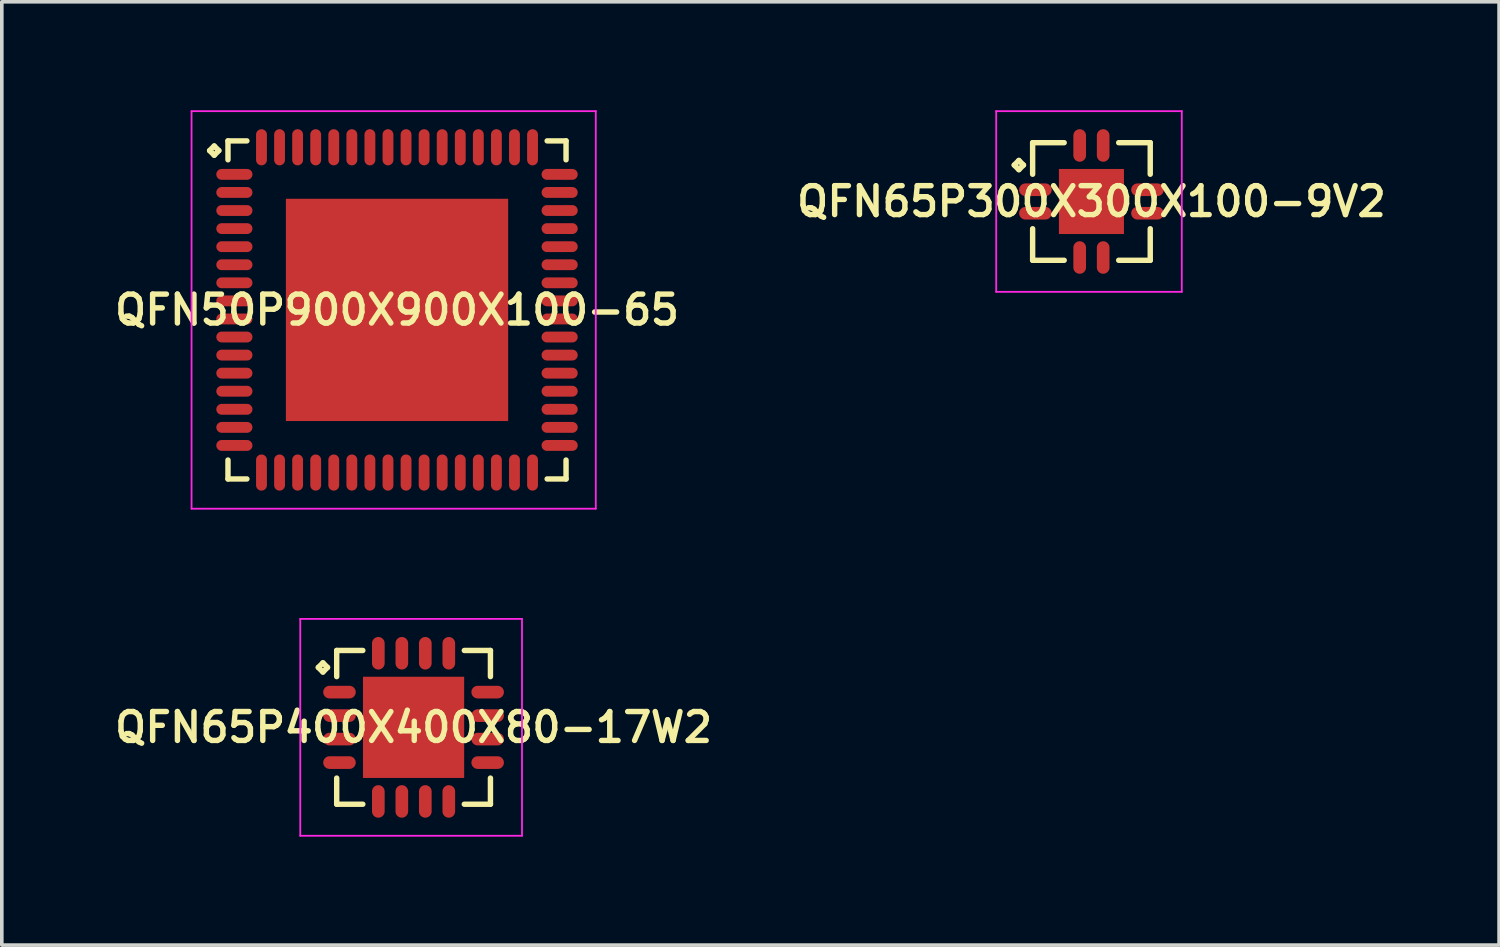
<source format=kicad_pcb>
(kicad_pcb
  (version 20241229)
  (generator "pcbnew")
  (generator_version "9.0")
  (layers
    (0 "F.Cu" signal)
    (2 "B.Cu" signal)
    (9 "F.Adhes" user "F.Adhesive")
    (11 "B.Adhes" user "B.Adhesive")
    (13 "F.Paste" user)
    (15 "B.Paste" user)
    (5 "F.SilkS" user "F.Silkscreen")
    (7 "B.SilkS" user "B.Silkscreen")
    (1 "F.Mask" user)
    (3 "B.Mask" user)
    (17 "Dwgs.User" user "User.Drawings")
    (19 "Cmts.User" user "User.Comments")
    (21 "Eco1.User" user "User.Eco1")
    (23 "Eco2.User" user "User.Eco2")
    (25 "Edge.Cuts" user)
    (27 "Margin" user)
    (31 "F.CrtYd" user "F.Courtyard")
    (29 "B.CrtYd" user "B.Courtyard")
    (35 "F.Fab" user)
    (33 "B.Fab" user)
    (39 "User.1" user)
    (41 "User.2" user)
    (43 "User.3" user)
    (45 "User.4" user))
  (footprint "QFN65P300X300X100-9V2"
    (layer "F.Cu")
    (at 27.149 2.525)
    (property "Reference" "QFN65P300X300X100-9V2" (at 0 0 0) (layer "F.SilkS") (effects (font (size 0.8 0.8) (thickness 0.15))))
    (attr smd)
    (fp_line (start -2.135 -1.008) (end -2.008 -1.135) (stroke (width 0.15) (type solid)) (layer "F.SilkS"))
    (fp_line (start -2.008 -1.135) (end -1.881 -1.008) (stroke (width 0.15) (type solid)) (layer "F.SilkS"))
    (fp_line (start -2.008 -0.881) (end -2.135 -1.008) (stroke (width 0.15) (type solid)) (layer "F.SilkS"))
    (fp_line (start -1.881 -1.008) (end -2.008 -0.881) (stroke (width 0.15) (type solid)) (layer "F.SilkS"))
    (fp_line (start -1.627 -1.627) (end -0.754 -1.627) (stroke (width 0.15) (type solid)) (layer "F.SilkS"))
    (fp_line (start -1.627 -0.754) (end -1.627 -1.627) (stroke (width 0.15) (type solid)) (layer "F.SilkS"))
    (fp_line (start -1.627 0.754) (end -1.627 1.627) (stroke (width 0.15) (type solid)) (layer "F.SilkS"))
    (fp_line (start -1.627 1.627) (end -0.754 1.627) (stroke (width 0.15) (type solid)) (layer "F.SilkS"))
    (fp_line (start 0.754 -1.627) (end 1.627 -1.627) (stroke (width 0.15) (type solid)) (layer "F.SilkS"))
    (fp_line (start 0.754 1.627) (end 1.627 1.627) (stroke (width 0.15) (type solid)) (layer "F.SilkS"))
    (fp_line (start 1.627 -1.627) (end 1.627 -0.754) (stroke (width 0.15) (type solid)) (layer "F.SilkS"))
    (fp_line (start 1.627 1.627) (end 1.627 0.754) (stroke (width 0.15) (type solid)) (layer "F.SilkS"))
    (fp_line (start -2.635 -2.5) (end 2.5 -2.5) (stroke (width 0.05) (type solid)) (layer "F.CrtYd"))
    (fp_line (start -2.635 2.5) (end -2.635 -2.5) (stroke (width 0.05) (type solid)) (layer "F.CrtYd"))
    (fp_line (start 2.5 -2.5) (end 2.5 2.5) (stroke (width 0.05) (type solid)) (layer "F.CrtYd"))
    (fp_line (start 2.5 2.5) (end -2.635 2.5) (stroke (width 0.05) (type solid)) (layer "F.CrtYd"))
    (pad "1" smd oval (at -1.55 -0.325) (size 0.9 0.35) (layers "F.Cu" "F.Mask" "F.Paste"))
    (pad "2" smd oval (at -1.55 0.325) (size 0.9 0.35) (layers "F.Cu" "F.Mask" "F.Paste"))
    (pad "3" smd oval (at -0.325 1.55) (size 0.35 0.9) (layers "F.Cu" "F.Mask" "F.Paste"))
    (pad "4" smd oval (at 0.325 1.55) (size 0.35 0.9) (layers "F.Cu" "F.Mask" "F.Paste"))
    (pad "5" smd oval (at 1.55 0.325) (size 0.9 0.35) (layers "F.Cu" "F.Mask" "F.Paste"))
    (pad "6" smd oval (at 1.55 -0.325) (size 0.9 0.35) (layers "F.Cu" "F.Mask" "F.Paste"))
    (pad "7" smd oval (at 0.325 -1.55) (size 0.35 0.9) (layers "F.Cu" "F.Mask" "F.Paste"))
    (pad "8" smd oval (at -0.325 -1.55) (size 0.35 0.9) (layers "F.Cu" "F.Mask" "F.Paste"))
    (pad "9" smd rect (at 0 0) (size 1.8 1.8) (layers "F.Cu" "F.Mask" "F.Paste")))
  (footprint "QFN50P900X900X100-65"
    (layer "F.Cu")
    (at 7.935 5.525)
    (property "Reference" "QFN50P900X900X100-65" (at 0 0 0) (layer "F.SilkS") (effects (font (size 0.8 0.8) (thickness 0.15))))
    (attr smd)
    (fp_line (start -5.185 -4.408) (end -5.058 -4.535) (stroke (width 0.15) (type solid)) (layer "F.SilkS"))
    (fp_line (start -5.058 -4.535) (end -4.931 -4.408) (stroke (width 0.15) (type solid)) (layer "F.SilkS"))
    (fp_line (start -5.058 -4.281) (end -5.185 -4.408) (stroke (width 0.15) (type solid)) (layer "F.SilkS"))
    (fp_line (start -4.931 -4.408) (end -5.058 -4.281) (stroke (width 0.15) (type solid)) (layer "F.SilkS"))
    (fp_line (start -4.677 -4.677) (end -4.154 -4.677) (stroke (width 0.15) (type solid)) (layer "F.SilkS"))
    (fp_line (start -4.677 -4.154) (end -4.677 -4.677) (stroke (width 0.15) (type solid)) (layer "F.SilkS"))
    (fp_line (start -4.677 4.154) (end -4.677 4.677) (stroke (width 0.15) (type solid)) (layer "F.SilkS"))
    (fp_line (start -4.677 4.677) (end -4.154 4.677) (stroke (width 0.15) (type solid)) (layer "F.SilkS"))
    (fp_line (start 4.154 -4.677) (end 4.677 -4.677) (stroke (width 0.15) (type solid)) (layer "F.SilkS"))
    (fp_line (start 4.154 4.677) (end 4.677 4.677) (stroke (width 0.15) (type solid)) (layer "F.SilkS"))
    (fp_line (start 4.677 -4.677) (end 4.677 -4.154) (stroke (width 0.15) (type solid)) (layer "F.SilkS"))
    (fp_line (start 4.677 4.677) (end 4.677 4.154) (stroke (width 0.15) (type solid)) (layer "F.SilkS"))
    (fp_line (start -5.685 -5.5) (end 5.5 -5.5) (stroke (width 0.05) (type solid)) (layer "F.CrtYd"))
    (fp_line (start -5.685 5.5) (end -5.685 -5.5) (stroke (width 0.05) (type solid)) (layer "F.CrtYd"))
    (fp_line (start 5.5 -5.5) (end 5.5 5.5) (stroke (width 0.05) (type solid)) (layer "F.CrtYd"))
    (fp_line (start 5.5 5.5) (end -5.685 5.5) (stroke (width 0.05) (type solid)) (layer "F.CrtYd"))
    (pad "1" smd oval (at -4.5 -3.75) (size 1 0.3) (layers "F.Cu" "F.Mask" "F.Paste"))
    (pad "2" smd oval (at -4.5 -3.25) (size 1 0.3) (layers "F.Cu" "F.Mask" "F.Paste"))
    (pad "3" smd oval (at -4.5 -2.75) (size 1 0.3) (layers "F.Cu" "F.Mask" "F.Paste"))
    (pad "4" smd oval (at -4.5 -2.25) (size 1 0.3) (layers "F.Cu" "F.Mask" "F.Paste"))
    (pad "5" smd oval (at -4.5 -1.75) (size 1 0.3) (layers "F.Cu" "F.Mask" "F.Paste"))
    (pad "6" smd oval (at -4.5 -1.25) (size 1 0.3) (layers "F.Cu" "F.Mask" "F.Paste"))
    (pad "7" smd oval (at -4.5 -0.75) (size 1 0.3) (layers "F.Cu" "F.Mask" "F.Paste"))
    (pad "8" smd oval (at -4.5 -0.25) (size 1 0.3) (layers "F.Cu" "F.Mask" "F.Paste"))
    (pad "9" smd oval (at -4.5 0.25) (size 1 0.3) (layers "F.Cu" "F.Mask" "F.Paste"))
    (pad "10" smd oval (at -4.5 0.75) (size 1 0.3) (layers "F.Cu" "F.Mask" "F.Paste"))
    (pad "11" smd oval (at -4.5 1.25) (size 1 0.3) (layers "F.Cu" "F.Mask" "F.Paste"))
    (pad "12" smd oval (at -4.5 1.75) (size 1 0.3) (layers "F.Cu" "F.Mask" "F.Paste"))
    (pad "13" smd oval (at -4.5 2.25) (size 1 0.3) (layers "F.Cu" "F.Mask" "F.Paste"))
    (pad "14" smd oval (at -4.5 2.75) (size 1 0.3) (layers "F.Cu" "F.Mask" "F.Paste"))
    (pad "15" smd oval (at -4.5 3.25) (size 1 0.3) (layers "F.Cu" "F.Mask" "F.Paste"))
    (pad "16" smd oval (at -4.5 3.75) (size 1 0.3) (layers "F.Cu" "F.Mask" "F.Paste"))
    (pad "17" smd oval (at -3.75 4.5) (size 0.3 1) (layers "F.Cu" "F.Mask" "F.Paste"))
    (pad "18" smd oval (at -3.25 4.5) (size 0.3 1) (layers "F.Cu" "F.Mask" "F.Paste"))
    (pad "19" smd oval (at -2.75 4.5) (size 0.3 1) (layers "F.Cu" "F.Mask" "F.Paste"))
    (pad "20" smd oval (at -2.25 4.5) (size 0.3 1) (layers "F.Cu" "F.Mask" "F.Paste"))
    (pad "21" smd oval (at -1.75 4.5) (size 0.3 1) (layers "F.Cu" "F.Mask" "F.Paste"))
    (pad "22" smd oval (at -1.25 4.5) (size 0.3 1) (layers "F.Cu" "F.Mask" "F.Paste"))
    (pad "23" smd oval (at -0.75 4.5) (size 0.3 1) (layers "F.Cu" "F.Mask" "F.Paste"))
    (pad "24" smd oval (at -0.25 4.5) (size 0.3 1) (layers "F.Cu" "F.Mask" "F.Paste"))
    (pad "25" smd oval (at 0.25 4.5) (size 0.3 1) (layers "F.Cu" "F.Mask" "F.Paste"))
    (pad "26" smd oval (at 0.75 4.5) (size 0.3 1) (layers "F.Cu" "F.Mask" "F.Paste"))
    (pad "27" smd oval (at 1.25 4.5) (size 0.3 1) (layers "F.Cu" "F.Mask" "F.Paste"))
    (pad "28" smd oval (at 1.75 4.5) (size 0.3 1) (layers "F.Cu" "F.Mask" "F.Paste"))
    (pad "29" smd oval (at 2.25 4.5) (size 0.3 1) (layers "F.Cu" "F.Mask" "F.Paste"))
    (pad "30" smd oval (at 2.75 4.5) (size 0.3 1) (layers "F.Cu" "F.Mask" "F.Paste"))
    (pad "31" smd oval (at 3.25 4.5) (size 0.3 1) (layers "F.Cu" "F.Mask" "F.Paste"))
    (pad "32" smd oval (at 3.75 4.5) (size 0.3 1) (layers "F.Cu" "F.Mask" "F.Paste"))
    (pad "33" smd oval (at 4.5 3.75) (size 1 0.3) (layers "F.Cu" "F.Mask" "F.Paste"))
    (pad "34" smd oval (at 4.5 3.25) (size 1 0.3) (layers "F.Cu" "F.Mask" "F.Paste"))
    (pad "35" smd oval (at 4.5 2.75) (size 1 0.3) (layers "F.Cu" "F.Mask" "F.Paste"))
    (pad "36" smd oval (at 4.5 2.25) (size 1 0.3) (layers "F.Cu" "F.Mask" "F.Paste"))
    (pad "37" smd oval (at 4.5 1.75) (size 1 0.3) (layers "F.Cu" "F.Mask" "F.Paste"))
    (pad "38" smd oval (at 4.5 1.25) (size 1 0.3) (layers "F.Cu" "F.Mask" "F.Paste"))
    (pad "39" smd oval (at 4.5 0.75) (size 1 0.3) (layers "F.Cu" "F.Mask" "F.Paste"))
    (pad "40" smd oval (at 4.5 0.25) (size 1 0.3) (layers "F.Cu" "F.Mask" "F.Paste"))
    (pad "41" smd oval (at 4.5 -0.25) (size 1 0.3) (layers "F.Cu" "F.Mask" "F.Paste"))
    (pad "42" smd oval (at 4.5 -0.75) (size 1 0.3) (layers "F.Cu" "F.Mask" "F.Paste"))
    (pad "43" smd oval (at 4.5 -1.25) (size 1 0.3) (layers "F.Cu" "F.Mask" "F.Paste"))
    (pad "44" smd oval (at 4.5 -1.75) (size 1 0.3) (layers "F.Cu" "F.Mask" "F.Paste"))
    (pad "45" smd oval (at 4.5 -2.25) (size 1 0.3) (layers "F.Cu" "F.Mask" "F.Paste"))
    (pad "46" smd oval (at 4.5 -2.75) (size 1 0.3) (layers "F.Cu" "F.Mask" "F.Paste"))
    (pad "47" smd oval (at 4.5 -3.25) (size 1 0.3) (layers "F.Cu" "F.Mask" "F.Paste"))
    (pad "48" smd oval (at 4.5 -3.75) (size 1 0.3) (layers "F.Cu" "F.Mask" "F.Paste"))
    (pad "49" smd oval (at 3.75 -4.5) (size 0.3 1) (layers "F.Cu" "F.Mask" "F.Paste"))
    (pad "50" smd oval (at 3.25 -4.5) (size 0.3 1) (layers "F.Cu" "F.Mask" "F.Paste"))
    (pad "51" smd oval (at 2.75 -4.5) (size 0.3 1) (layers "F.Cu" "F.Mask" "F.Paste"))
    (pad "52" smd oval (at 2.25 -4.5) (size 0.3 1) (layers "F.Cu" "F.Mask" "F.Paste"))
    (pad "53" smd oval (at 1.75 -4.5) (size 0.3 1) (layers "F.Cu" "F.Mask" "F.Paste"))
    (pad "54" smd oval (at 1.25 -4.5) (size 0.3 1) (layers "F.Cu" "F.Mask" "F.Paste"))
    (pad "55" smd oval (at 0.75 -4.5) (size 0.3 1) (layers "F.Cu" "F.Mask" "F.Paste"))
    (pad "56" smd oval (at 0.25 -4.5) (size 0.3 1) (layers "F.Cu" "F.Mask" "F.Paste"))
    (pad "57" smd oval (at -0.25 -4.5) (size 0.3 1) (layers "F.Cu" "F.Mask" "F.Paste"))
    (pad "58" smd oval (at -0.75 -4.5) (size 0.3 1) (layers "F.Cu" "F.Mask" "F.Paste"))
    (pad "59" smd oval (at -1.25 -4.5) (size 0.3 1) (layers "F.Cu" "F.Mask" "F.Paste"))
    (pad "60" smd oval (at -1.75 -4.5) (size 0.3 1) (layers "F.Cu" "F.Mask" "F.Paste"))
    (pad "61" smd oval (at -2.25 -4.5) (size 0.3 1) (layers "F.Cu" "F.Mask" "F.Paste"))
    (pad "62" smd oval (at -2.75 -4.5) (size 0.3 1) (layers "F.Cu" "F.Mask" "F.Paste"))
    (pad "63" smd oval (at -3.25 -4.5) (size 0.3 1) (layers "F.Cu" "F.Mask" "F.Paste"))
    (pad "64" smd oval (at -3.75 -4.5) (size 0.3 1) (layers "F.Cu" "F.Mask" "F.Paste"))
    (pad "65" smd rect (at 0 0) (size 6.15 6.15) (layers "F.Cu" "F.Mask" "F.Paste")))
  (footprint "QFN65P400X400X80-17W2"
    (layer "F.Cu")
    (at 8.393 17.075)
    (property "Reference" "QFN65P400X400X80-17W2" (at 0 0 0) (layer "F.SilkS") (effects (font (size 0.8 0.8) (thickness 0.15))))
    (attr smd)
    (fp_line (start -2.635 -1.658) (end -2.508 -1.785) (stroke (width 0.15) (type solid)) (layer "F.SilkS"))
    (fp_line (start -2.508 -1.785) (end -2.381 -1.658) (stroke (width 0.15) (type solid)) (layer "F.SilkS"))
    (fp_line (start -2.508 -1.531) (end -2.635 -1.658) (stroke (width 0.15) (type solid)) (layer "F.SilkS"))
    (fp_line (start -2.381 -1.658) (end -2.508 -1.531) (stroke (width 0.15) (type solid)) (layer "F.SilkS"))
    (fp_line (start -2.127 -2.127) (end -1.404 -2.127) (stroke (width 0.15) (type solid)) (layer "F.SilkS"))
    (fp_line (start -2.127 -1.404) (end -2.127 -2.127) (stroke (width 0.15) (type solid)) (layer "F.SilkS"))
    (fp_line (start -2.127 1.404) (end -2.127 2.127) (stroke (width 0.15) (type solid)) (layer "F.SilkS"))
    (fp_line (start -2.127 2.127) (end -1.404 2.127) (stroke (width 0.15) (type solid)) (layer "F.SilkS"))
    (fp_line (start 1.404 -2.127) (end 2.127 -2.127) (stroke (width 0.15) (type solid)) (layer "F.SilkS"))
    (fp_line (start 1.404 2.127) (end 2.127 2.127) (stroke (width 0.15) (type solid)) (layer "F.SilkS"))
    (fp_line (start 2.127 -2.127) (end 2.127 -1.404) (stroke (width 0.15) (type solid)) (layer "F.SilkS"))
    (fp_line (start 2.127 2.127) (end 2.127 1.404) (stroke (width 0.15) (type solid)) (layer "F.SilkS"))
    (fp_line (start -3.135 -3) (end 3 -3) (stroke (width 0.05) (type solid)) (layer "F.CrtYd"))
    (fp_line (start -3.135 3) (end -3.135 -3) (stroke (width 0.05) (type solid)) (layer "F.CrtYd"))
    (fp_line (start 3 -3) (end 3 3) (stroke (width 0.05) (type solid)) (layer "F.CrtYd"))
    (fp_line (start 3 3) (end -3.135 3) (stroke (width 0.05) (type solid)) (layer "F.CrtYd"))
    (pad "1" smd oval (at -2.05 -0.975) (size 0.9 0.35) (layers "F.Cu" "F.Mask" "F.Paste"))
    (pad "2" smd oval (at -2.05 -0.325) (size 0.9 0.35) (layers "F.Cu" "F.Mask" "F.Paste"))
    (pad "3" smd oval (at -2.05 0.325) (size 0.9 0.35) (layers "F.Cu" "F.Mask" "F.Paste"))
    (pad "4" smd oval (at -2.05 0.975) (size 0.9 0.35) (layers "F.Cu" "F.Mask" "F.Paste"))
    (pad "5" smd oval (at -0.975 2.05) (size 0.35 0.9) (layers "F.Cu" "F.Mask" "F.Paste"))
    (pad "6" smd oval (at -0.325 2.05) (size 0.35 0.9) (layers "F.Cu" "F.Mask" "F.Paste"))
    (pad "7" smd oval (at 0.325 2.05) (size 0.35 0.9) (layers "F.Cu" "F.Mask" "F.Paste"))
    (pad "8" smd oval (at 0.975 2.05) (size 0.35 0.9) (layers "F.Cu" "F.Mask" "F.Paste"))
    (pad "9" smd oval (at 2.05 0.975) (size 0.9 0.35) (layers "F.Cu" "F.Mask" "F.Paste"))
    (pad "10" smd oval (at 2.05 0.325) (size 0.9 0.35) (layers "F.Cu" "F.Mask" "F.Paste"))
    (pad "11" smd oval (at 2.05 -0.325) (size 0.9 0.35) (layers "F.Cu" "F.Mask" "F.Paste"))
    (pad "12" smd oval (at 2.05 -0.975) (size 0.9 0.35) (layers "F.Cu" "F.Mask" "F.Paste"))
    (pad "13" smd oval (at 0.975 -2.05) (size 0.35 0.9) (layers "F.Cu" "F.Mask" "F.Paste"))
    (pad "14" smd oval (at 0.325 -2.05) (size 0.35 0.9) (layers "F.Cu" "F.Mask" "F.Paste"))
    (pad "15" smd oval (at -0.325 -2.05) (size 0.35 0.9) (layers "F.Cu" "F.Mask" "F.Paste"))
    (pad "16" smd oval (at -0.975 -2.05) (size 0.35 0.9) (layers "F.Cu" "F.Mask" "F.Paste"))
    (pad "17" smd rect (at 0 0) (size 2.8 2.8) (layers "F.Cu" "F.Mask" "F.Paste")))
  (gr_rect
    (start -3 -3)
    (end 38.428 23.1)
    (stroke (width 0.1) (type default))
    (fill no)
    (layer "Edge.Cuts")))
</source>
